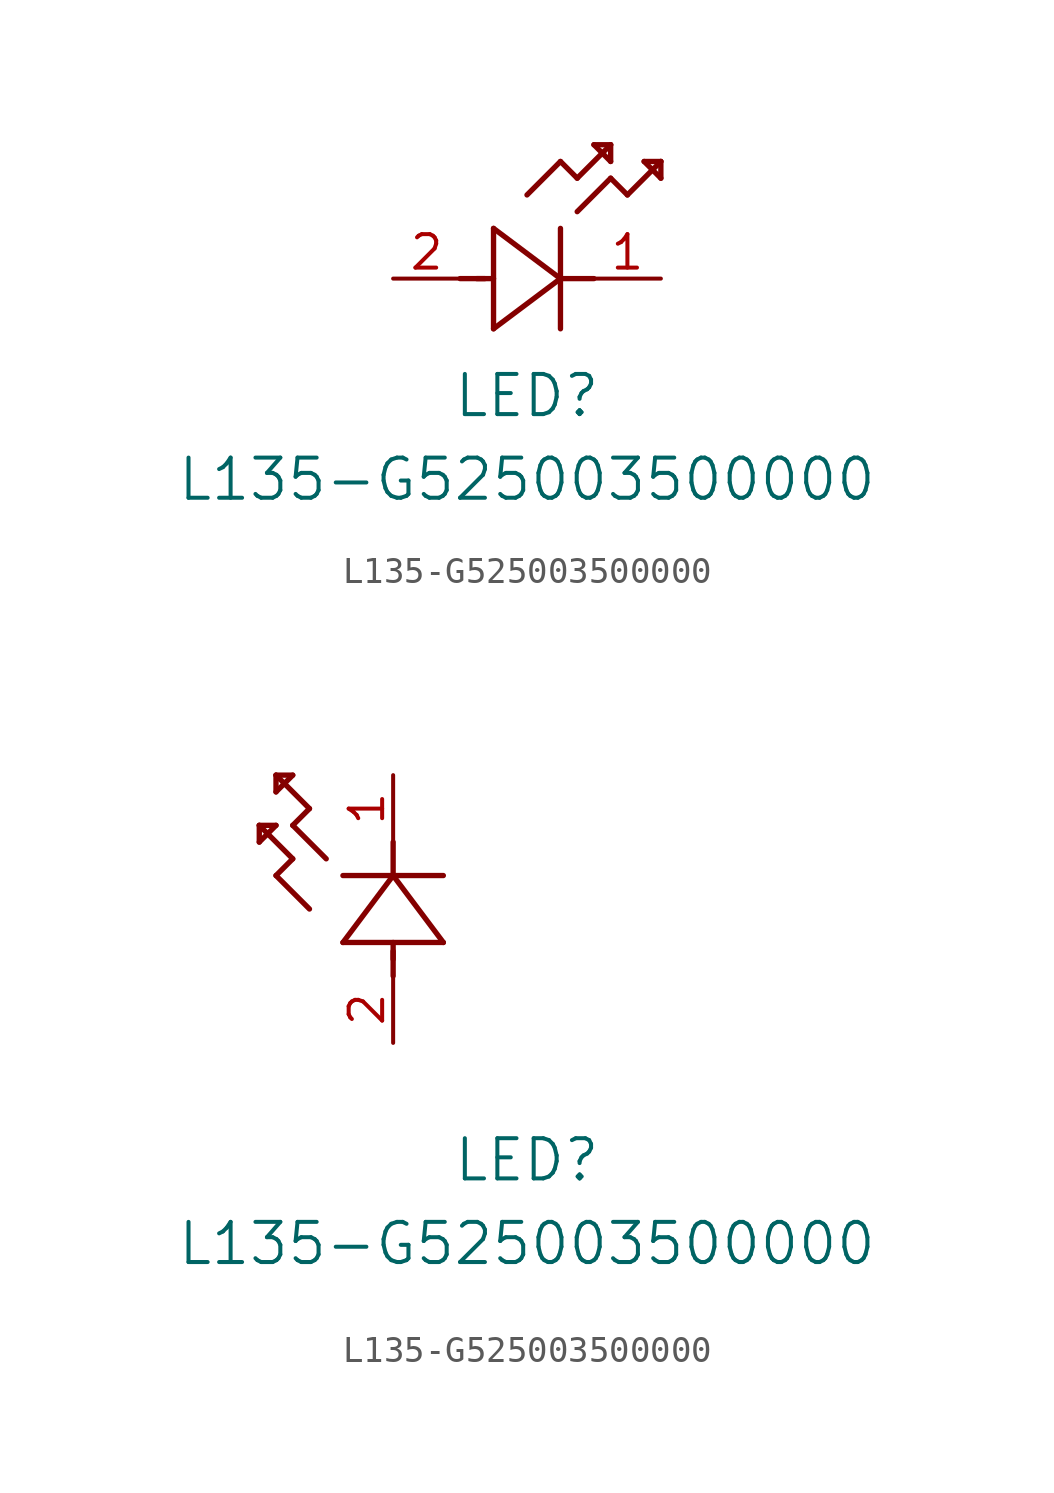
<source format=kicad_sym>
(kicad_symbol_lib
  (version 20211014)
  (generator kicad_symbol_editor)
  (symbol "L135-G525003500000"
    (pin_names
      (offset 0.254))
    (property "Reference" "LED"
      (at 5.08 -4.445 0)
      (effects (font (size 1.524 1.524))))
    (property "Value" "L135-G525003500000"
      (at 5.08 -7.62 0)
      (effects (font (size 1.524 1.524))))
    (symbol "L135-G525003500000_1_1"
      (polyline (pts (xy 2.54 0) (xy 3.48 0)) (stroke (width 0.203) (type default) (color 0 0 0 0)) (fill (type none)))
      (polyline (pts (xy 3.81 1.905) (xy 3.81 -1.905)) (stroke (width 0.203) (type default) (color 0 0 0 0)) (fill (type none)))
      (polyline (pts (xy 3.175 0) (xy 3.81 0)) (stroke (width 0.203) (type default) (color 0 0 0 0)) (fill (type none)))
      (polyline (pts (xy 6.35 -1.905) (xy 6.35 1.905)) (stroke (width 0.203) (type default) (color 0 0 0 0)) (fill (type none)))
      (polyline (pts (xy 6.35 0) (xy 7.62 0)) (stroke (width 0.203) (type default) (color 0 0 0 0)) (fill (type none)))
      (polyline (pts (xy 6.35 4.445) (xy 6.985 3.81)) (stroke (width 0.203) (type default) (color 0 0 0 0)) (fill (type none)))
      (polyline (pts (xy 6.985 3.81) (xy 8.255 5.08)) (stroke (width 0.203) (type default) (color 0 0 0 0)) (fill (type none)))
      (polyline (pts (xy 8.255 3.81) (xy 8.89 3.175)) (stroke (width 0.203) (type default) (color 0 0 0 0)) (fill (type none)))
      (polyline (pts (xy 8.89 3.175) (xy 10.16 4.445)) (stroke (width 0.203) (type default) (color 0 0 0 0)) (fill (type none)))
      (polyline (pts (xy 8.255 5.08) (xy 7.62 5.08)) (stroke (width 0.203) (type default) (color 0 0 0 0)) (fill (type none)))
      (polyline (pts (xy 7.62 5.08) (xy 8.255 4.445)) (stroke (width 0.203) (type default) (color 0 0 0 0)) (fill (type none)))
      (polyline (pts (xy 8.255 4.445) (xy 8.255 5.08)) (stroke (width 0.203) (type default) (color 0 0 0 0)) (fill (type none)))
      (polyline (pts (xy 10.16 4.445) (xy 9.525 4.445)) (stroke (width 0.203) (type default) (color 0 0 0 0)) (fill (type none)))
      (polyline (pts (xy 9.525 4.445) (xy 10.16 3.81)) (stroke (width 0.203) (type default) (color 0 0 0 0)) (fill (type none)))
      (polyline (pts (xy 10.16 3.81) (xy 10.16 4.445)) (stroke (width 0.203) (type default) (color 0 0 0 0)) (fill (type none)))
      (polyline (pts (xy 6.985 2.54) (xy 8.255 3.81)) (stroke (width 0.203) (type default) (color 0 0 0 0)) (fill (type none)))
      (polyline (pts (xy 6.35 0) (xy 3.81 1.905)) (stroke (width 0.203) (type default) (color 0 0 0 0)) (fill (type none)))
      (polyline (pts (xy 3.81 -1.905) (xy 6.35 0)) (stroke (width 0.203) (type default) (color 0 0 0 0)) (fill (type none)))
      (polyline (pts (xy 5.08 3.175) (xy 6.35 4.445)) (stroke (width 0.203) (type default) (color 0 0 0 0)) (fill (type none)))
      (pin unspecified line (at 10.16 0 180) (length 2.54) (name "" (effects (font (size 1.27 1.27)))) (number "1" (effects (font (size 1.27 1.27)))))
      (pin unspecified line (at 0 0 0) (length 2.54) (name "" (effects (font (size 1.27 1.27)))) (number "2" (effects (font (size 1.27 1.27))))))
    (symbol "L135-G525003500000_1_2"
      (polyline (pts (xy 0 2.54) (xy 0 3.48)) (stroke (width 0.203) (type default) (color 0 0 0 0)) (fill (type none)))
      (polyline (pts (xy -1.905 3.81) (xy 1.905 3.81)) (stroke (width 0.203) (type default) (color 0 0 0 0)) (fill (type none)))
      (polyline (pts (xy 0 3.175) (xy 0 3.81)) (stroke (width 0.203) (type default) (color 0 0 0 0)) (fill (type none)))
      (polyline (pts (xy 1.905 6.35) (xy -1.905 6.35)) (stroke (width 0.203) (type default) (color 0 0 0 0)) (fill (type none)))
      (polyline (pts (xy 0 6.35) (xy 0 7.62)) (stroke (width 0.203) (type default) (color 0 0 0 0)) (fill (type none)))
      (polyline (pts (xy 0 6.35) (xy -1.905 3.81)) (stroke (width 0.203) (type default) (color 0 0 0 0)) (fill (type none)))
      (polyline (pts (xy 1.905 3.81) (xy 0 6.35)) (stroke (width 0.203) (type default) (color 0 0 0 0)) (fill (type none)))
      (polyline (pts (xy -4.445 6.35) (xy -3.81 6.985)) (stroke (width 0.203) (type default) (color 0 0 0 0)) (fill (type none)))
      (polyline (pts (xy -2.54 6.985) (xy -3.81 8.255)) (stroke (width 0.203) (type default) (color 0 0 0 0)) (fill (type none)))
      (polyline (pts (xy -3.175 5.08) (xy -4.445 6.35)) (stroke (width 0.203) (type default) (color 0 0 0 0)) (fill (type none)))
      (polyline (pts (xy -4.445 10.16) (xy -4.445 9.525)) (stroke (width 0.203) (type default) (color 0 0 0 0)) (fill (type none)))
      (polyline (pts (xy -4.445 9.525) (xy -3.81 10.16)) (stroke (width 0.203) (type default) (color 0 0 0 0)) (fill (type none)))
      (polyline (pts (xy -3.81 10.16) (xy -4.445 10.16)) (stroke (width 0.203) (type default) (color 0 0 0 0)) (fill (type none)))
      (polyline (pts (xy -3.81 8.255) (xy -3.175 8.89)) (stroke (width 0.203) (type default) (color 0 0 0 0)) (fill (type none)))
      (polyline (pts (xy -3.175 8.89) (xy -4.445 10.16)) (stroke (width 0.203) (type default) (color 0 0 0 0)) (fill (type none)))
      (polyline (pts (xy -3.81 6.985) (xy -5.08 8.255)) (stroke (width 0.203) (type default) (color 0 0 0 0)) (fill (type none)))
      (polyline (pts (xy -5.08 8.255) (xy -5.08 7.62)) (stroke (width 0.203) (type default) (color 0 0 0 0)) (fill (type none)))
      (polyline (pts (xy -5.08 7.62) (xy -4.445 8.255)) (stroke (width 0.203) (type default) (color 0 0 0 0)) (fill (type none)))
      (polyline (pts (xy -4.445 8.255) (xy -5.08 8.255)) (stroke (width 0.203) (type default) (color 0 0 0 0)) (fill (type none)))
      (pin unspecified line (at 0 10.16 270) (length 2.54) (name "" (effects (font (size 1.27 1.27)))) (number "1" (effects (font (size 1.27 1.27)))))
      (pin unspecified line (at 0 0 90) (length 2.54) (name "" (effects (font (size 1.27 1.27)))) (number "2" (effects (font (size 1.27 1.27))))))))
</source>
